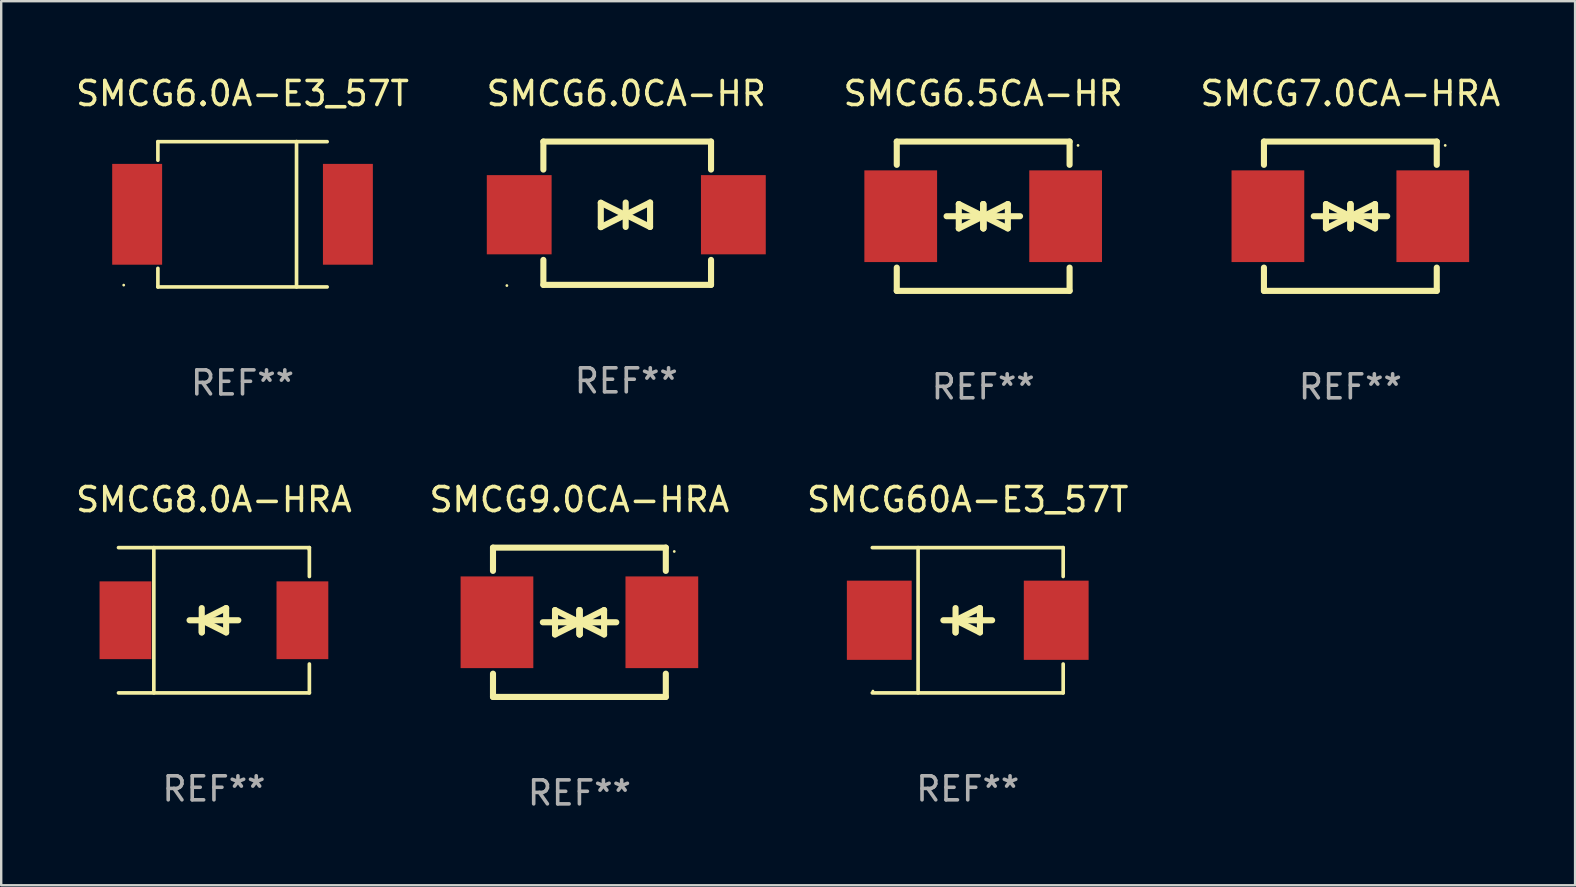
<source format=kicad_pcb>
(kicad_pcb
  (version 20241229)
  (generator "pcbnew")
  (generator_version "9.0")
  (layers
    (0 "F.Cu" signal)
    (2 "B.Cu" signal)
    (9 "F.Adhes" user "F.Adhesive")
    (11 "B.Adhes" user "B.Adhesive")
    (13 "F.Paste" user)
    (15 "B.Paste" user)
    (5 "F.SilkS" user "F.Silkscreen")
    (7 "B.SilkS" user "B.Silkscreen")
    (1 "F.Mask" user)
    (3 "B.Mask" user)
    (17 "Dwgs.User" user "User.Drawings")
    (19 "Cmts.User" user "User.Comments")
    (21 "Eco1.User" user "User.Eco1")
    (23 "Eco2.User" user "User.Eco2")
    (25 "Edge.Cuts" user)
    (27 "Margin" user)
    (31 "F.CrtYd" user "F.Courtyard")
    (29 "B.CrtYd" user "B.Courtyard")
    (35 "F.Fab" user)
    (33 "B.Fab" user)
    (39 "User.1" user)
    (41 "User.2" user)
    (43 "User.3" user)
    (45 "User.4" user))
  (footprint "SMCG8.0A-HRA"
    (layer "F.Cu")
    (at 5.863 22.791)
    (property "Reference" "SMCG8.0A-HRA" (at 0 -5.026 0) (layer "F.SilkS") (effects (font (size 1 1) (thickness 0.15))))
    (attr through_hole)
    (fp_line (start -3.976 -3.026) (end 3.976 -3.026) (stroke (width 0.152) (type solid)) (layer "F.SilkS"))
    (fp_line (start -3.976 3.026) (end 3.976 3.026) (stroke (width 0.152) (type solid)) (layer "F.SilkS"))
    (fp_line (start -2.504 -3.026) (end -2.504 3.026) (stroke (width 0.152) (type solid)) (layer "F.SilkS"))
    (fp_line (start -0.508 0) (end -0.508 0.508) (stroke (width 0.254) (type solid)) (layer "F.SilkS"))
    (fp_line (start -0.508 0) (end 0.508 0.508) (stroke (width 0.254) (type solid)) (layer "F.SilkS"))
    (fp_line (start -0.508 0.508) (end -0.508 -0.508) (stroke (width 0.254) (type solid)) (layer "F.SilkS"))
    (fp_line (start 0.508 -0.508) (end -0.508 0) (stroke (width 0.254) (type solid)) (layer "F.SilkS"))
    (fp_line (start 0.508 0.508) (end 0.508 -0.508) (stroke (width 0.254) (type solid)) (layer "F.SilkS"))
    (fp_line (start 1.016 0) (end -1.016 0) (stroke (width 0.254) (type solid)) (layer "F.SilkS"))
    (fp_line (start 3.976 -3.026) (end 3.976 -1.823) (stroke (width 0.152) (type solid)) (layer "F.SilkS"))
    (fp_line (start 3.976 3.026) (end 3.976 1.823) (stroke (width 0.152) (type solid)) (layer "F.SilkS"))
    (fp_circle (center 3.95 -2.95) (end 3.98 -2.95) (stroke (width 0.06) (type solid)) (fill no) (layer "F.SilkS"))
    (fp_text user "REF**" (at 0 7.026 0) (layer "F.Fab") (effects (font (size 1 1) (thickness 0.15))))
    (pad "1" smd rect (at 3.686 0 180) (size 2.158 3.24) (layers "F.Cu" "F.Mask" "F.Paste"))
    (pad "2" smd rect (at -3.686 0 180) (size 2.158 3.24) (layers "F.Cu" "F.Mask" "F.Paste")))
  (footprint "SMCG7.0CA-HRA"
    (layer "F.Cu")
    (at 53.208 5.958)
    (property "Reference" "SMCG7.0CA-HRA" (at 0 -5.11 0) (layer "F.SilkS") (effects (font (size 1 1) (thickness 0.15))))
    (attr through_hole)
    (fp_line (start -3.6 -2.141) (end -3.6 -3.11) (stroke (width 0.254) (type solid)) (layer "F.SilkS"))
    (fp_line (start -3.6 3.11) (end -3.6 2.141) (stroke (width 0.254) (type solid)) (layer "F.SilkS"))
    (fp_line (start -1.524 0) (end 0.508 0) (stroke (width 0.254) (type solid)) (layer "F.SilkS"))
    (fp_line (start -1.016 -0.508) (end -1.016 0.508) (stroke (width 0.254) (type solid)) (layer "F.SilkS"))
    (fp_line (start -1.016 0.508) (end 0 0) (stroke (width 0.254) (type solid)) (layer "F.SilkS"))
    (fp_line (start 0 -0.508) (end 0 0.508) (stroke (width 0.254) (type solid)) (layer "F.SilkS"))
    (fp_line (start 0 0) (end -1.016 -0.508) (stroke (width 0.254) (type solid)) (layer "F.SilkS"))
    (fp_line (start 0 0) (end 0 -0.508) (stroke (width 0.254) (type solid)) (layer "F.SilkS"))
    (fp_line (start 0.012 0) (end 0.012 0.508) (stroke (width 0.254) (type solid)) (layer "F.SilkS"))
    (fp_line (start 0.012 0) (end 1.028 0.508) (stroke (width 0.254) (type solid)) (layer "F.SilkS"))
    (fp_line (start 0.012 0.508) (end 0.012 -0.508) (stroke (width 0.254) (type solid)) (layer "F.SilkS"))
    (fp_line (start 1.028 -0.508) (end 0.012 0) (stroke (width 0.254) (type solid)) (layer "F.SilkS"))
    (fp_line (start 1.028 0.508) (end 1.028 -0.508) (stroke (width 0.254) (type solid)) (layer "F.SilkS"))
    (fp_line (start 1.536 0) (end -0.496 0) (stroke (width 0.254) (type solid)) (layer "F.SilkS"))
    (fp_line (start 3.6 -3.11) (end -3.6 -3.11) (stroke (width 0.254) (type solid)) (layer "F.SilkS"))
    (fp_line (start 3.6 -2.141) (end 3.6 -3.11) (stroke (width 0.254) (type solid)) (layer "F.SilkS"))
    (fp_line (start 3.6 3.11) (end -3.6 3.11) (stroke (width 0.254) (type solid)) (layer "F.SilkS"))
    (fp_line (start 3.6 3.11) (end 3.6 2.141) (stroke (width 0.254) (type solid)) (layer "F.SilkS"))
    (fp_circle (center 3.952 -2.95) (end 3.982 -2.95) (stroke (width 0.06) (type solid)) (fill no) (layer "F.SilkS"))
    (fp_text user "REF**" (at 0 7.11 0) (layer "F.Fab") (effects (font (size 1 1) (thickness 0.15))))
    (pad "1" smd rect (at 3.435 0) (size 3.03 3.82) (layers "F.Cu" "F.Mask" "F.Paste"))
    (pad "2" smd rect (at -3.435 0) (size 3.03 3.82) (layers "F.Cu" "F.Mask" "F.Paste")))
  (footprint "SMCG60A-E3_57T"
    (layer "F.Cu")
    (at 37.268 22.791)
    (property "Reference" "SMCG60A-E3_57T" (at 0 -5.026 0) (layer "F.SilkS") (effects (font (size 1 1) (thickness 0.15))))
    (attr through_hole)
    (fp_line (start -3.976 -3.026) (end 3.976 -3.026) (stroke (width 0.152) (type solid)) (layer "F.SilkS"))
    (fp_line (start -3.976 3.026) (end 3.976 3.026) (stroke (width 0.152) (type solid)) (layer "F.SilkS"))
    (fp_line (start -2.069 -3.026) (end -2.069 3.026) (stroke (width 0.152) (type solid)) (layer "F.SilkS"))
    (fp_line (start -0.508 0) (end -0.508 0.508) (stroke (width 0.254) (type solid)) (layer "F.SilkS"))
    (fp_line (start -0.508 0) (end 0.508 0.508) (stroke (width 0.254) (type solid)) (layer "F.SilkS"))
    (fp_line (start -0.508 0.508) (end -0.508 -0.508) (stroke (width 0.254) (type solid)) (layer "F.SilkS"))
    (fp_line (start 0.508 -0.508) (end -0.508 0) (stroke (width 0.254) (type solid)) (layer "F.SilkS"))
    (fp_line (start 0.508 0.508) (end 0.508 -0.508) (stroke (width 0.254) (type solid)) (layer "F.SilkS"))
    (fp_line (start 1.016 0) (end -1.016 0) (stroke (width 0.254) (type solid)) (layer "F.SilkS"))
    (fp_line (start 3.976 -3.026) (end 3.976 -1.823) (stroke (width 0.152) (type solid)) (layer "F.SilkS"))
    (fp_line (start 3.976 3.026) (end 3.976 1.823) (stroke (width 0.152) (type solid)) (layer "F.SilkS"))
    (fp_circle (center -3.95 2.95) (end -3.92 2.95) (stroke (width 0.06) (type solid)) (fill no) (layer "F.SilkS"))
    (fp_text user "REF**" (at 0 7.026 0) (layer "F.Fab") (effects (font (size 1 1) (thickness 0.15))))
    (pad "1" smd rect (at -3.686 0) (size 2.7 3.3) (layers "F.Cu" "F.Mask" "F.Paste"))
    (pad "2" smd rect (at 3.686 0) (size 2.7 3.3) (layers "F.Cu" "F.Mask" "F.Paste")))
  (footprint "SMCG9.0CA-HRA"
    (layer "F.Cu")
    (at 21.089 22.875)
    (property "Reference" "SMCG9.0CA-HRA" (at 0 -5.11 0) (layer "F.SilkS") (effects (font (size 1 1) (thickness 0.15))))
    (attr through_hole)
    (fp_line (start -3.6 -2.141) (end -3.6 -3.11) (stroke (width 0.254) (type solid)) (layer "F.SilkS"))
    (fp_line (start -3.6 3.11) (end -3.6 2.141) (stroke (width 0.254) (type solid)) (layer "F.SilkS"))
    (fp_line (start -1.524 0) (end 0.508 0) (stroke (width 0.254) (type solid)) (layer "F.SilkS"))
    (fp_line (start -1.016 -0.508) (end -1.016 0.508) (stroke (width 0.254) (type solid)) (layer "F.SilkS"))
    (fp_line (start -1.016 0.508) (end 0 0) (stroke (width 0.254) (type solid)) (layer "F.SilkS"))
    (fp_line (start 0 -0.508) (end 0 0.508) (stroke (width 0.254) (type solid)) (layer "F.SilkS"))
    (fp_line (start 0 0) (end -1.016 -0.508) (stroke (width 0.254) (type solid)) (layer "F.SilkS"))
    (fp_line (start 0 0) (end 0 -0.508) (stroke (width 0.254) (type solid)) (layer "F.SilkS"))
    (fp_line (start 0.012 0) (end 0.012 0.508) (stroke (width 0.254) (type solid)) (layer "F.SilkS"))
    (fp_line (start 0.012 0) (end 1.028 0.508) (stroke (width 0.254) (type solid)) (layer "F.SilkS"))
    (fp_line (start 0.012 0.508) (end 0.012 -0.508) (stroke (width 0.254) (type solid)) (layer "F.SilkS"))
    (fp_line (start 1.028 -0.508) (end 0.012 0) (stroke (width 0.254) (type solid)) (layer "F.SilkS"))
    (fp_line (start 1.028 0.508) (end 1.028 -0.508) (stroke (width 0.254) (type solid)) (layer "F.SilkS"))
    (fp_line (start 1.536 0) (end -0.496 0) (stroke (width 0.254) (type solid)) (layer "F.SilkS"))
    (fp_line (start 3.6 -3.11) (end -3.6 -3.11) (stroke (width 0.254) (type solid)) (layer "F.SilkS"))
    (fp_line (start 3.6 -2.141) (end 3.6 -3.11) (stroke (width 0.254) (type solid)) (layer "F.SilkS"))
    (fp_line (start 3.6 3.11) (end -3.6 3.11) (stroke (width 0.254) (type solid)) (layer "F.SilkS"))
    (fp_line (start 3.6 3.11) (end 3.6 2.141) (stroke (width 0.254) (type solid)) (layer "F.SilkS"))
    (fp_circle (center 3.952 -2.95) (end 3.982 -2.95) (stroke (width 0.06) (type solid)) (fill no) (layer "F.SilkS"))
    (fp_text user "REF**" (at 0 7.11 0) (layer "F.Fab") (effects (font (size 1 1) (thickness 0.15))))
    (pad "1" smd rect (at 3.435 0) (size 3.03 3.82) (layers "F.Cu" "F.Mask" "F.Paste"))
    (pad "2" smd rect (at -3.435 0) (size 3.03 3.82) (layers "F.Cu" "F.Mask" "F.Paste")))
  (footprint "SMCG6.0A-E3_57T"
    (layer "F.Cu")
    (at 7.054 5.876)
    (property "Reference" "SMCG6.0A-E3_57T" (at 0 -5.028 0) (layer "F.SilkS") (effects (font (size 1 1) (thickness 0.15))))
    (attr through_hole)
    (fp_line (start -3.526 -3.024) (end 3.526 -3.024) (stroke (width 0.152) (type solid)) (layer "F.SilkS"))
    (fp_line (start -3.526 -2.251) (end -3.526 -3.024) (stroke (width 0.152) (type solid)) (layer "F.SilkS"))
    (fp_line (start -3.526 2.254) (end -3.526 3.028) (stroke (width 0.152) (type solid)) (layer "F.SilkS"))
    (fp_line (start -3.526 3.028) (end 3.526 3.028) (stroke (width 0.152) (type solid)) (layer "F.SilkS"))
    (fp_line (start 2.25 -3.028) (end 2.25 3.024) (stroke (width 0.152) (type solid)) (layer "F.SilkS"))
    (fp_circle (center -4.95 2.952) (end -4.92 2.952) (stroke (width 0.06) (type solid)) (fill no) (layer "F.SilkS"))
    (fp_text user "REF**" (at 0 7.028 0) (layer "F.Fab") (effects (font (size 1 1) (thickness 0.15))))
    (pad "1" smd rect (at -4.39 0.002) (size 2.08 4.2) (layers "F.Cu" "F.Mask" "F.Paste"))
    (pad "2" smd rect (at 4.39 0.002) (size 2.08 4.2) (layers "F.Cu" "F.Mask" "F.Paste")))
  (footprint "SMCG6.5CA-HR"
    (layer "F.Cu")
    (at 37.911 5.958)
    (property "Reference" "SMCG6.5CA-HR" (at 0 -5.11 0) (layer "F.SilkS") (effects (font (size 1 1) (thickness 0.15))))
    (attr through_hole)
    (fp_line (start -3.6 -2.141) (end -3.6 -3.11) (stroke (width 0.254) (type solid)) (layer "F.SilkS"))
    (fp_line (start -3.6 3.11) (end -3.6 2.141) (stroke (width 0.254) (type solid)) (layer "F.SilkS"))
    (fp_line (start -1.524 0) (end 0.508 0) (stroke (width 0.254) (type solid)) (layer "F.SilkS"))
    (fp_line (start -1.016 -0.508) (end -1.016 0.508) (stroke (width 0.254) (type solid)) (layer "F.SilkS"))
    (fp_line (start -1.016 0.508) (end 0 0) (stroke (width 0.254) (type solid)) (layer "F.SilkS"))
    (fp_line (start 0 -0.508) (end 0 0.508) (stroke (width 0.254) (type solid)) (layer "F.SilkS"))
    (fp_line (start 0 0) (end -1.016 -0.508) (stroke (width 0.254) (type solid)) (layer "F.SilkS"))
    (fp_line (start 0 0) (end 0 -0.508) (stroke (width 0.254) (type solid)) (layer "F.SilkS"))
    (fp_line (start 0.012 0) (end 0.012 0.508) (stroke (width 0.254) (type solid)) (layer "F.SilkS"))
    (fp_line (start 0.012 0) (end 1.028 0.508) (stroke (width 0.254) (type solid)) (layer "F.SilkS"))
    (fp_line (start 0.012 0.508) (end 0.012 -0.508) (stroke (width 0.254) (type solid)) (layer "F.SilkS"))
    (fp_line (start 1.028 -0.508) (end 0.012 0) (stroke (width 0.254) (type solid)) (layer "F.SilkS"))
    (fp_line (start 1.028 0.508) (end 1.028 -0.508) (stroke (width 0.254) (type solid)) (layer "F.SilkS"))
    (fp_line (start 1.536 0) (end -0.496 0) (stroke (width 0.254) (type solid)) (layer "F.SilkS"))
    (fp_line (start 3.6 -3.11) (end -3.6 -3.11) (stroke (width 0.254) (type solid)) (layer "F.SilkS"))
    (fp_line (start 3.6 -2.141) (end 3.6 -3.11) (stroke (width 0.254) (type solid)) (layer "F.SilkS"))
    (fp_line (start 3.6 3.11) (end -3.6 3.11) (stroke (width 0.254) (type solid)) (layer "F.SilkS"))
    (fp_line (start 3.6 3.11) (end 3.6 2.141) (stroke (width 0.254) (type solid)) (layer "F.SilkS"))
    (fp_circle (center 3.952 -2.95) (end 3.982 -2.95) (stroke (width 0.06) (type solid)) (fill no) (layer "F.SilkS"))
    (fp_text user "REF**" (at 0 7.11 0) (layer "F.Fab") (effects (font (size 1 1) (thickness 0.15))))
    (pad "1" smd rect (at 3.435 0) (size 3.03 3.82) (layers "F.Cu" "F.Mask" "F.Paste"))
    (pad "2" smd rect (at -3.435 0) (size 3.03 3.82) (layers "F.Cu" "F.Mask" "F.Paste")))
  (footprint "SMCG6.0CA-HR"
    (layer "F.Cu")
    (at 23.042 5.833)
    (property "Reference" "SMCG6.0CA-HR" (at 0 -4.985 0) (layer "F.SilkS") (effects (font (size 1 1) (thickness 0.15))))
    (attr through_hole)
    (fp_line (start -3.454 -2.985) (end -3.454 -1.818) (stroke (width 0.254) (type solid)) (layer "F.SilkS"))
    (fp_line (start -3.454 1.945) (end -3.454 2.985) (stroke (width 0.254) (type solid)) (layer "F.SilkS"))
    (fp_line (start -3.454 2.985) (end 3.531 2.985) (stroke (width 0.254) (type solid)) (layer "F.SilkS"))
    (fp_line (start -1.062 -0.436) (end -1.062 0.58) (stroke (width 0.254) (type solid)) (layer "F.SilkS"))
    (fp_line (start -1.062 0.58) (end -0.046 0.072) (stroke (width 0.254) (type solid)) (layer "F.SilkS"))
    (fp_line (start -0.046 0.072) (end -1.062 -0.436) (stroke (width 0.254) (type solid)) (layer "F.SilkS"))
    (fp_line (start -0.025 0.064) (end 0.991 0.572) (stroke (width 0.254) (type solid)) (layer "F.SilkS"))
    (fp_line (start -0.025 0.572) (end -0.025 -0.445) (stroke (width 0.254) (type solid)) (layer "F.SilkS"))
    (fp_line (start 0.991 -0.445) (end -0.025 0.064) (stroke (width 0.254) (type solid)) (layer "F.SilkS"))
    (fp_line (start 0.991 0.572) (end 0.991 -0.445) (stroke (width 0.254) (type solid)) (layer "F.SilkS"))
    (fp_line (start 3.531 -2.985) (end -3.454 -2.985) (stroke (width 0.254) (type solid)) (layer "F.SilkS"))
    (fp_line (start 3.531 -1.818) (end 3.531 -2.985) (stroke (width 0.254) (type solid)) (layer "F.SilkS"))
    (fp_line (start 3.531 2.985) (end 3.531 1.945) (stroke (width 0.254) (type solid)) (layer "F.SilkS"))
    (fp_circle (center -4.975 3.014) (end -4.945 3.014) (stroke (width 0.06) (type solid)) (fill no) (layer "F.SilkS"))
    (fp_text user "REF**" (at 0 6.985 0) (layer "F.Fab") (effects (font (size 1 1) (thickness 0.15))))
    (pad "1" smd rect (at -4.461 0.063) (size 2.7 3.3) (layers "F.Cu" "F.Mask" "F.Paste"))
    (pad "2" smd rect (at 4.461 0.063) (size 2.7 3.3) (layers "F.Cu" "F.Mask" "F.Paste")))
  (gr_rect
    (start -3 -3)
    (end 62.571 33.833)
    (stroke (width 0.1) (type default))
    (fill no)
    (layer "Edge.Cuts")))
</source>
